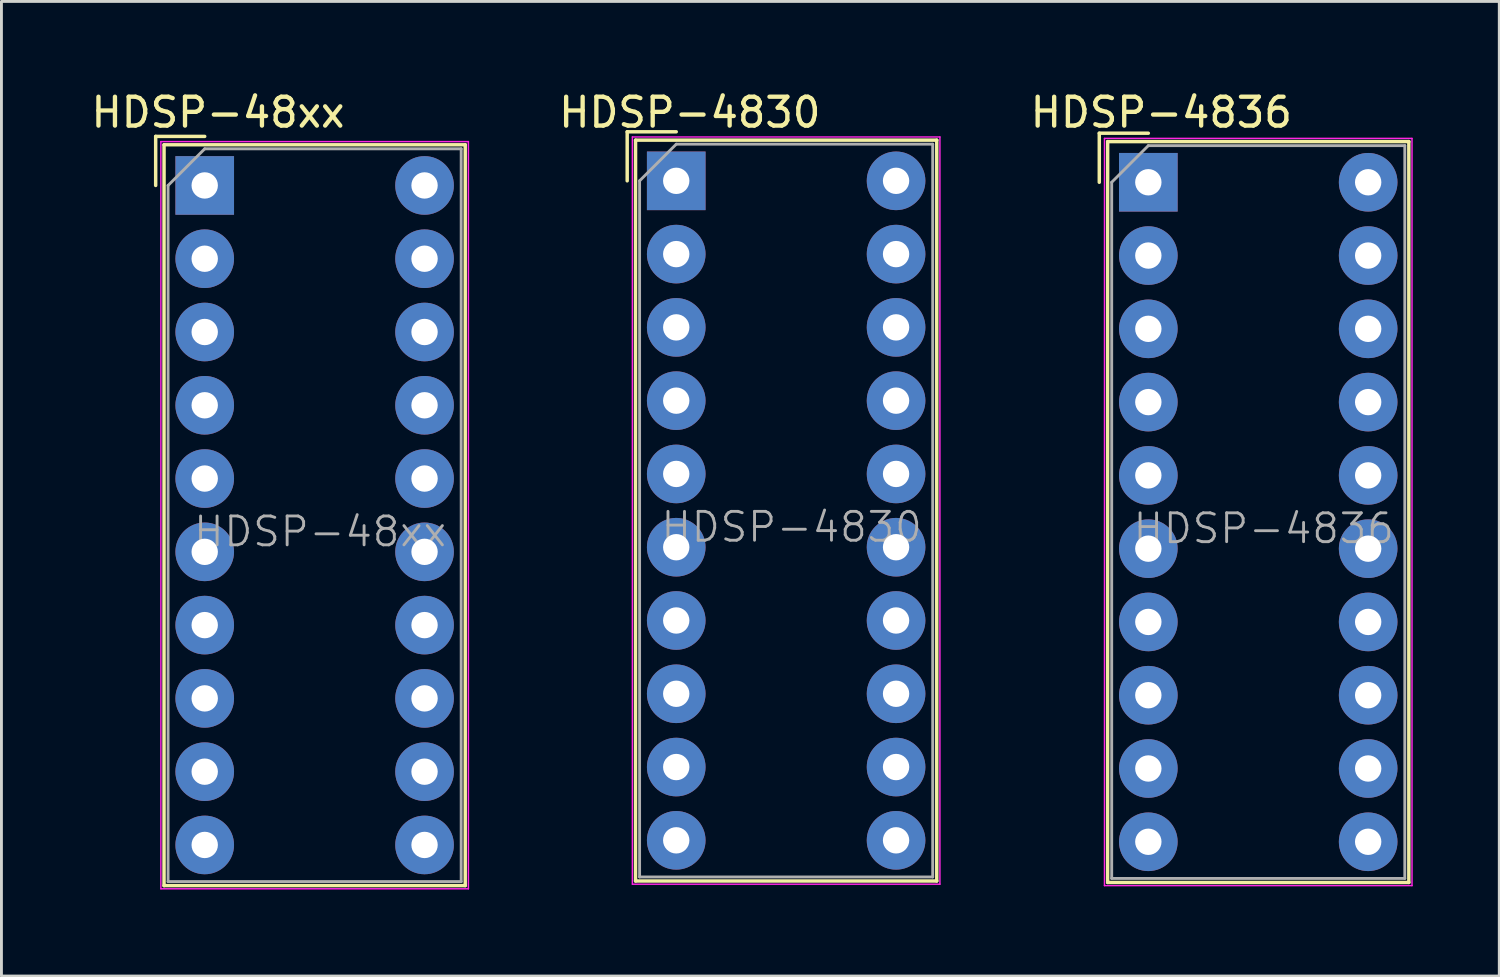
<source format=kicad_pcb>
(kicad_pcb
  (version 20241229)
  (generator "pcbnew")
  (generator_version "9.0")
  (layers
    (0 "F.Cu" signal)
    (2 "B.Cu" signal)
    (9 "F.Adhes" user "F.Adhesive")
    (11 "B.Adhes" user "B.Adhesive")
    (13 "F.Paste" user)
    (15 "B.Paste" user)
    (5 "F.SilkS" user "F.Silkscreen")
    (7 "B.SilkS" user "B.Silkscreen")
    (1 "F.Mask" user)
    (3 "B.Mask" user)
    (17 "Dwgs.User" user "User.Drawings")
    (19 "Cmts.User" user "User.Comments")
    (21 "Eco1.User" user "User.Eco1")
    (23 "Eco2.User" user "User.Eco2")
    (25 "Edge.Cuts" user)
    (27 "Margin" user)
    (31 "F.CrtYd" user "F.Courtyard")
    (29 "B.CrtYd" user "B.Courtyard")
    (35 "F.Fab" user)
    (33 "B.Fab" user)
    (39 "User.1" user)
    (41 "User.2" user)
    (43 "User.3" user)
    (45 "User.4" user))
  (footprint "HDSP-4830"
    (layer "F.Cu")
    (at 20.39 3.218)
    (property "Reference" "HDSP-4830" (at 0.47 -2.37 0) (layer "F.SilkS") (effects (font (size 1 1) (thickness 0.15))))
    (attr through_hole)
    (fp_line (start -1.7 -1.7) (end -1.7 0) (stroke (width 0.12) (type solid)) (layer "F.SilkS"))
    (fp_line (start -1.41 -1.41) (end 9.03 -1.41) (stroke (width 0.12) (type solid)) (layer "F.SilkS"))
    (fp_line (start -1.41 24.27) (end -1.41 -1.41) (stroke (width 0.12) (type solid)) (layer "F.SilkS"))
    (fp_line (start 0 -1.7) (end -1.7 -1.7) (stroke (width 0.12) (type solid)) (layer "F.SilkS"))
    (fp_line (start 9.03 -1.41) (end 9.03 24.27) (stroke (width 0.12) (type solid)) (layer "F.SilkS"))
    (fp_line (start 9.03 24.27) (end -1.41 24.27) (stroke (width 0.12) (type solid)) (layer "F.SilkS"))
    (fp_line (start -1.52 -1.52) (end -1.52 24.38) (stroke (width 0.05) (type solid)) (layer "F.CrtYd"))
    (fp_line (start -1.52 -1.52) (end 9.14 -1.52) (stroke (width 0.05) (type solid)) (layer "F.CrtYd"))
    (fp_line (start -1.52 24.38) (end 9.14 24.38) (stroke (width 0.05) (type solid)) (layer "F.CrtYd"))
    (fp_line (start 9.14 24.38) (end 9.14 -1.52) (stroke (width 0.05) (type solid)) (layer "F.CrtYd"))
    (fp_line (start -1.27 0) (end -1.27 24.13) (stroke (width 0.1) (type solid)) (layer "F.Fab"))
    (fp_line (start -1.27 24.13) (end 8.89 24.13) (stroke (width 0.1) (type solid)) (layer "F.Fab"))
    (fp_line (start 0 -1.27) (end -1.27 0) (stroke (width 0.1) (type solid)) (layer "F.Fab"))
    (fp_line (start 0 -1.27) (end 8.89 -1.27) (stroke (width 0.1) (type solid)) (layer "F.Fab"))
    (fp_line (start 8.89 -1.27) (end 8.89 24.13) (stroke (width 0.1) (type solid)) (layer "F.Fab"))
    (fp_text user "${REFERENCE}" (at 4 12 0) (layer "F.Fab") (effects (font (size 1 1) (thickness 0.1))))
    (pad "1" thru_hole rect (at 0 0 270) (size 2.032 2.032) (drill 0.914) (layers "*.Cu" "*.Mask"))
    (pad "2" thru_hole circle (at 0 2.54 270) (size 2.032 2.032) (drill 0.914) (layers "*.Cu" "*.Mask"))
    (pad "3" thru_hole circle (at 0 5.08 270) (size 2.032 2.032) (drill 0.914) (layers "*.Cu" "*.Mask"))
    (pad "4" thru_hole circle (at 0 7.62 270) (size 2.032 2.032) (drill 0.914) (layers "*.Cu" "*.Mask"))
    (pad "5" thru_hole circle (at 0 10.16 270) (size 2.032 2.032) (drill 0.914) (layers "*.Cu" "*.Mask"))
    (pad "6" thru_hole circle (at 0 12.7 270) (size 2.032 2.032) (drill 0.914) (layers "*.Cu" "*.Mask"))
    (pad "7" thru_hole circle (at 0 15.24 270) (size 2.032 2.032) (drill 0.914) (layers "*.Cu" "*.Mask"))
    (pad "8" thru_hole circle (at 0 17.78 270) (size 2.032 2.032) (drill 0.914) (layers "*.Cu" "*.Mask"))
    (pad "9" thru_hole circle (at 0 20.32 270) (size 2.032 2.032) (drill 0.914) (layers "*.Cu" "*.Mask"))
    (pad "10" thru_hole circle (at 0 22.86 270) (size 2.032 2.032) (drill 0.914) (layers "*.Cu" "*.Mask"))
    (pad "11" thru_hole circle (at 7.62 22.86 270) (size 2.032 2.032) (drill 0.914) (layers "*.Cu" "*.Mask"))
    (pad "12" thru_hole circle (at 7.62 20.32 270) (size 2.032 2.032) (drill 0.914) (layers "*.Cu" "*.Mask"))
    (pad "13" thru_hole circle (at 7.62 17.78 270) (size 2.032 2.032) (drill 0.914) (layers "*.Cu" "*.Mask"))
    (pad "14" thru_hole circle (at 7.62 15.24 270) (size 2.032 2.032) (drill 0.914) (layers "*.Cu" "*.Mask"))
    (pad "15" thru_hole circle (at 7.62 12.7 270) (size 2.032 2.032) (drill 0.914) (layers "*.Cu" "*.Mask"))
    (pad "16" thru_hole circle (at 7.62 10.16 270) (size 2.032 2.032) (drill 0.914) (layers "*.Cu" "*.Mask"))
    (pad "17" thru_hole circle (at 7.62 7.62 270) (size 2.032 2.032) (drill 0.914) (layers "*.Cu" "*.Mask"))
    (pad "18" thru_hole circle (at 7.62 5.08 270) (size 2.032 2.032) (drill 0.914) (layers "*.Cu" "*.Mask"))
    (pad "19" thru_hole circle (at 7.62 2.54 270) (size 2.032 2.032) (drill 0.914) (layers "*.Cu" "*.Mask"))
    (pad "20" thru_hole circle (at 7.62 0 270) (size 2.032 2.032) (drill 0.914) (layers "*.Cu" "*.Mask")))
  (footprint "HDSP-4836"
    (layer "F.Cu")
    (at 36.754 3.268)
    (property "Reference" "HDSP-4836" (at 0.45 -2.42 0) (layer "F.SilkS") (effects (font (size 1 1) (thickness 0.15))))
    (attr through_hole)
    (fp_line (start -1.7 -1.7) (end -1.7 0) (stroke (width 0.12) (type solid)) (layer "F.SilkS"))
    (fp_line (start -1.41 -1.41) (end 9.03 -1.41) (stroke (width 0.12) (type solid)) (layer "F.SilkS"))
    (fp_line (start -1.41 24.27) (end -1.41 -1.41) (stroke (width 0.12) (type solid)) (layer "F.SilkS"))
    (fp_line (start 0 -1.7) (end -1.7 -1.7) (stroke (width 0.12) (type solid)) (layer "F.SilkS"))
    (fp_line (start 9.03 -1.41) (end 9.03 24.27) (stroke (width 0.12) (type solid)) (layer "F.SilkS"))
    (fp_line (start 9.03 24.27) (end -1.41 24.27) (stroke (width 0.12) (type solid)) (layer "F.SilkS"))
    (fp_line (start -1.52 -1.52) (end -1.52 24.38) (stroke (width 0.05) (type solid)) (layer "F.CrtYd"))
    (fp_line (start -1.52 -1.52) (end 9.14 -1.52) (stroke (width 0.05) (type solid)) (layer "F.CrtYd"))
    (fp_line (start -1.52 24.38) (end 9.14 24.38) (stroke (width 0.05) (type solid)) (layer "F.CrtYd"))
    (fp_line (start 9.14 24.38) (end 9.14 -1.52) (stroke (width 0.05) (type solid)) (layer "F.CrtYd"))
    (fp_line (start -1.27 0) (end -1.27 24.13) (stroke (width 0.1) (type solid)) (layer "F.Fab"))
    (fp_line (start -1.27 24.13) (end 8.89 24.13) (stroke (width 0.1) (type solid)) (layer "F.Fab"))
    (fp_line (start 0 -1.27) (end -1.27 0) (stroke (width 0.1) (type solid)) (layer "F.Fab"))
    (fp_line (start 0 -1.27) (end 8.89 -1.27) (stroke (width 0.1) (type solid)) (layer "F.Fab"))
    (fp_line (start 8.89 -1.27) (end 8.89 24.13) (stroke (width 0.1) (type solid)) (layer "F.Fab"))
    (fp_text user "${REFERENCE}" (at 4 12 0) (layer "F.Fab") (effects (font (size 1 1) (thickness 0.1))))
    (pad "1" thru_hole rect (at 0 0 270) (size 2.032 2.032) (drill 0.914) (layers "*.Cu" "*.Mask"))
    (pad "2" thru_hole circle (at 0 2.54 270) (size 2.032 2.032) (drill 0.914) (layers "*.Cu" "*.Mask"))
    (pad "3" thru_hole circle (at 0 5.08 270) (size 2.032 2.032) (drill 0.914) (layers "*.Cu" "*.Mask"))
    (pad "4" thru_hole circle (at 0 7.62 270) (size 2.032 2.032) (drill 0.914) (layers "*.Cu" "*.Mask"))
    (pad "5" thru_hole circle (at 0 10.16 270) (size 2.032 2.032) (drill 0.914) (layers "*.Cu" "*.Mask"))
    (pad "6" thru_hole circle (at 0 12.7 270) (size 2.032 2.032) (drill 0.914) (layers "*.Cu" "*.Mask"))
    (pad "7" thru_hole circle (at 0 15.24 270) (size 2.032 2.032) (drill 0.914) (layers "*.Cu" "*.Mask"))
    (pad "8" thru_hole circle (at 0 17.78 270) (size 2.032 2.032) (drill 0.914) (layers "*.Cu" "*.Mask"))
    (pad "9" thru_hole circle (at 0 20.32 270) (size 2.032 2.032) (drill 0.914) (layers "*.Cu" "*.Mask"))
    (pad "10" thru_hole circle (at 0 22.86 270) (size 2.032 2.032) (drill 0.914) (layers "*.Cu" "*.Mask"))
    (pad "11" thru_hole circle (at 7.62 22.86 270) (size 2.032 2.032) (drill 0.914) (layers "*.Cu" "*.Mask"))
    (pad "12" thru_hole circle (at 7.62 20.32 270) (size 2.032 2.032) (drill 0.914) (layers "*.Cu" "*.Mask"))
    (pad "13" thru_hole circle (at 7.62 17.78 270) (size 2.032 2.032) (drill 0.914) (layers "*.Cu" "*.Mask"))
    (pad "14" thru_hole circle (at 7.62 15.24 270) (size 2.032 2.032) (drill 0.914) (layers "*.Cu" "*.Mask"))
    (pad "15" thru_hole circle (at 7.62 12.7 270) (size 2.032 2.032) (drill 0.914) (layers "*.Cu" "*.Mask"))
    (pad "16" thru_hole circle (at 7.62 10.16 270) (size 2.032 2.032) (drill 0.914) (layers "*.Cu" "*.Mask"))
    (pad "17" thru_hole circle (at 7.62 7.62 270) (size 2.032 2.032) (drill 0.914) (layers "*.Cu" "*.Mask"))
    (pad "18" thru_hole circle (at 7.62 5.08 270) (size 2.032 2.032) (drill 0.914) (layers "*.Cu" "*.Mask"))
    (pad "19" thru_hole circle (at 7.62 2.54 270) (size 2.032 2.032) (drill 0.914) (layers "*.Cu" "*.Mask"))
    (pad "20" thru_hole circle (at 7.62 0 270) (size 2.032 2.032) (drill 0.914) (layers "*.Cu" "*.Mask")))
  (footprint "HDSP-48xx"
    (layer "F.Cu")
    (at 4.046 3.378)
    (property "Reference" "HDSP-48xx" (at 0.46 -2.53 0) (layer "F.SilkS") (effects (font (size 1 1) (thickness 0.15))))
    (attr through_hole)
    (fp_line (start -1.7 -1.7) (end -1.7 0) (stroke (width 0.12) (type solid)) (layer "F.SilkS"))
    (fp_line (start -1.41 -1.41) (end 9.03 -1.41) (stroke (width 0.12) (type solid)) (layer "F.SilkS"))
    (fp_line (start -1.41 24.27) (end -1.41 -1.41) (stroke (width 0.12) (type solid)) (layer "F.SilkS"))
    (fp_line (start 0 -1.7) (end -1.7 -1.7) (stroke (width 0.12) (type solid)) (layer "F.SilkS"))
    (fp_line (start 9.03 -1.41) (end 9.03 24.27) (stroke (width 0.12) (type solid)) (layer "F.SilkS"))
    (fp_line (start 9.03 24.27) (end -1.41 24.27) (stroke (width 0.12) (type solid)) (layer "F.SilkS"))
    (fp_line (start -1.52 -1.52) (end -1.52 24.38) (stroke (width 0.05) (type solid)) (layer "F.CrtYd"))
    (fp_line (start -1.52 -1.52) (end 9.14 -1.52) (stroke (width 0.05) (type solid)) (layer "F.CrtYd"))
    (fp_line (start -1.52 24.38) (end 9.14 24.38) (stroke (width 0.05) (type solid)) (layer "F.CrtYd"))
    (fp_line (start 9.14 24.38) (end 9.14 -1.52) (stroke (width 0.05) (type solid)) (layer "F.CrtYd"))
    (fp_line (start -1.27 0) (end -1.27 24.13) (stroke (width 0.1) (type solid)) (layer "F.Fab"))
    (fp_line (start -1.27 24.13) (end 8.89 24.13) (stroke (width 0.1) (type solid)) (layer "F.Fab"))
    (fp_line (start 0 -1.27) (end -1.27 0) (stroke (width 0.1) (type solid)) (layer "F.Fab"))
    (fp_line (start 0 -1.27) (end 8.89 -1.27) (stroke (width 0.1) (type solid)) (layer "F.Fab"))
    (fp_line (start 8.89 -1.27) (end 8.89 24.13) (stroke (width 0.1) (type solid)) (layer "F.Fab"))
    (fp_text user "${REFERENCE}" (at 4 12 0) (layer "F.Fab") (effects (font (size 1 1) (thickness 0.1))))
    (pad "1" thru_hole rect (at 0 0 270) (size 2.032 2.032) (drill 0.914) (layers "*.Cu" "*.Mask"))
    (pad "2" thru_hole circle (at 0 2.54 270) (size 2.032 2.032) (drill 0.914) (layers "*.Cu" "*.Mask"))
    (pad "3" thru_hole circle (at 0 5.08 270) (size 2.032 2.032) (drill 0.914) (layers "*.Cu" "*.Mask"))
    (pad "4" thru_hole circle (at 0 7.62 270) (size 2.032 2.032) (drill 0.914) (layers "*.Cu" "*.Mask"))
    (pad "5" thru_hole circle (at 0 10.16 270) (size 2.032 2.032) (drill 0.914) (layers "*.Cu" "*.Mask"))
    (pad "6" thru_hole circle (at 0 12.7 270) (size 2.032 2.032) (drill 0.914) (layers "*.Cu" "*.Mask"))
    (pad "7" thru_hole circle (at 0 15.24 270) (size 2.032 2.032) (drill 0.914) (layers "*.Cu" "*.Mask"))
    (pad "8" thru_hole circle (at 0 17.78 270) (size 2.032 2.032) (drill 0.914) (layers "*.Cu" "*.Mask"))
    (pad "9" thru_hole circle (at 0 20.32 270) (size 2.032 2.032) (drill 0.914) (layers "*.Cu" "*.Mask"))
    (pad "10" thru_hole circle (at 0 22.86 270) (size 2.032 2.032) (drill 0.914) (layers "*.Cu" "*.Mask"))
    (pad "11" thru_hole circle (at 7.62 22.86 270) (size 2.032 2.032) (drill 0.914) (layers "*.Cu" "*.Mask"))
    (pad "12" thru_hole circle (at 7.62 20.32 270) (size 2.032 2.032) (drill 0.914) (layers "*.Cu" "*.Mask"))
    (pad "13" thru_hole circle (at 7.62 17.78 270) (size 2.032 2.032) (drill 0.914) (layers "*.Cu" "*.Mask"))
    (pad "14" thru_hole circle (at 7.62 15.24 270) (size 2.032 2.032) (drill 0.914) (layers "*.Cu" "*.Mask"))
    (pad "15" thru_hole circle (at 7.62 12.7 270) (size 2.032 2.032) (drill 0.914) (layers "*.Cu" "*.Mask"))
    (pad "16" thru_hole circle (at 7.62 10.16 270) (size 2.032 2.032) (drill 0.914) (layers "*.Cu" "*.Mask"))
    (pad "17" thru_hole circle (at 7.62 7.62 270) (size 2.032 2.032) (drill 0.914) (layers "*.Cu" "*.Mask"))
    (pad "18" thru_hole circle (at 7.62 5.08 270) (size 2.032 2.032) (drill 0.914) (layers "*.Cu" "*.Mask"))
    (pad "19" thru_hole circle (at 7.62 2.54 270) (size 2.032 2.032) (drill 0.914) (layers "*.Cu" "*.Mask"))
    (pad "20" thru_hole circle (at 7.62 0 270) (size 2.032 2.032) (drill 0.914) (layers "*.Cu" "*.Mask")))
  (gr_rect
    (start -3 -3)
    (end 48.919 30.783)
    (stroke (width 0.1) (type default))
    (fill no)
    (layer "Edge.Cuts")))
</source>
